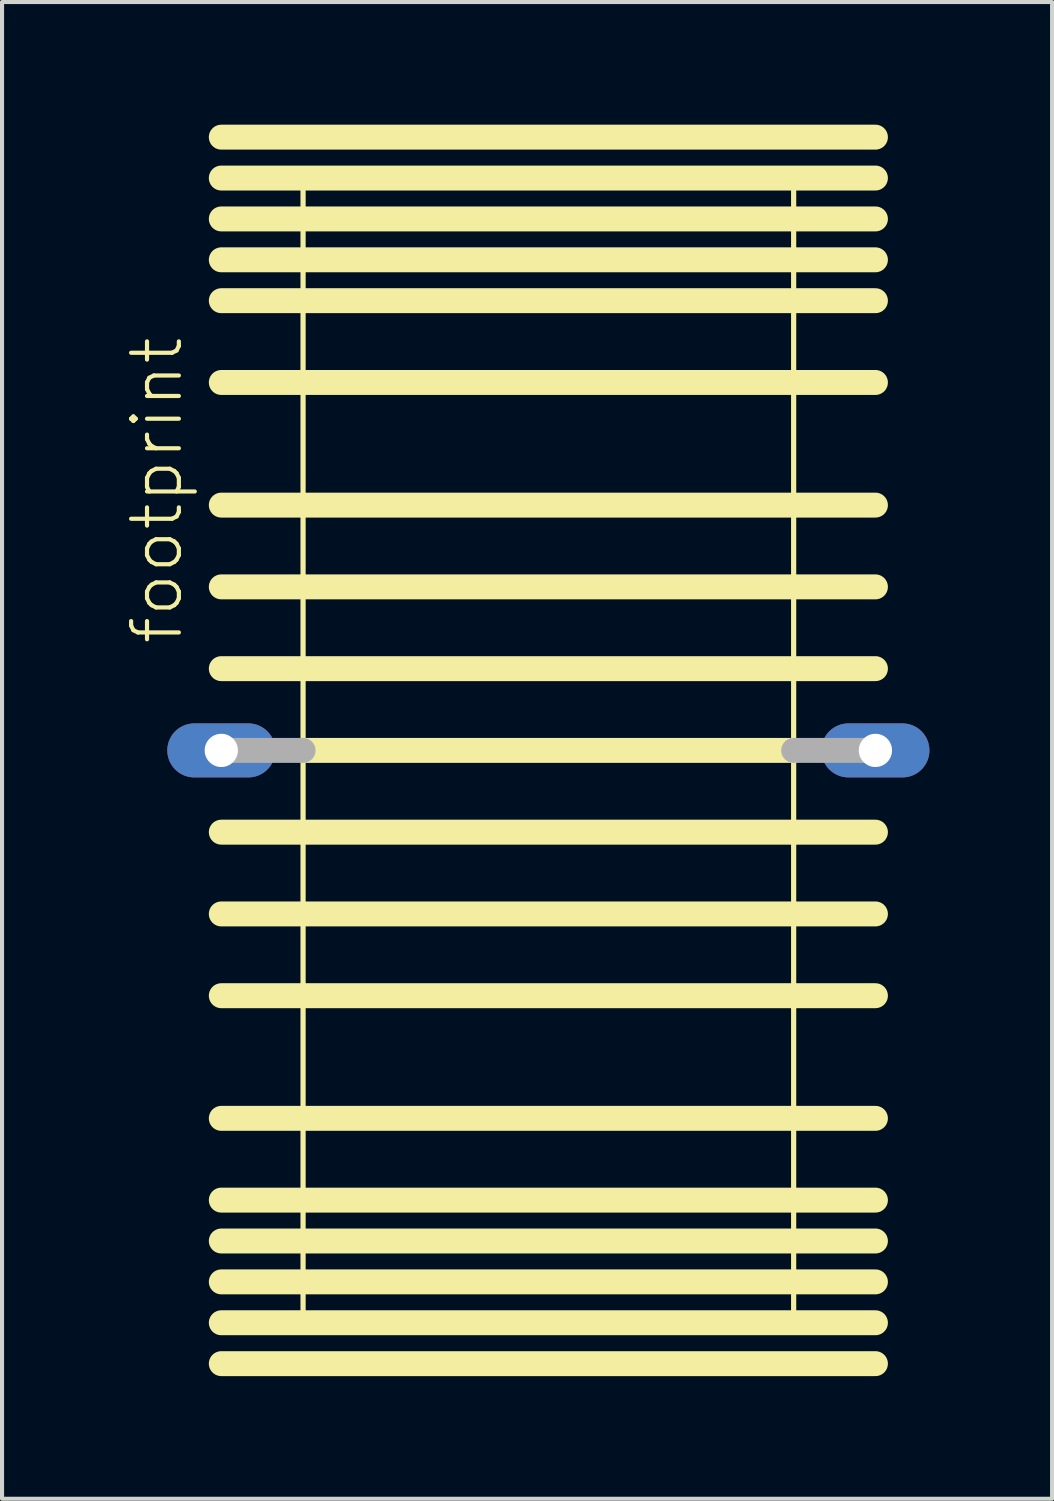
<source format=kicad_pcb>
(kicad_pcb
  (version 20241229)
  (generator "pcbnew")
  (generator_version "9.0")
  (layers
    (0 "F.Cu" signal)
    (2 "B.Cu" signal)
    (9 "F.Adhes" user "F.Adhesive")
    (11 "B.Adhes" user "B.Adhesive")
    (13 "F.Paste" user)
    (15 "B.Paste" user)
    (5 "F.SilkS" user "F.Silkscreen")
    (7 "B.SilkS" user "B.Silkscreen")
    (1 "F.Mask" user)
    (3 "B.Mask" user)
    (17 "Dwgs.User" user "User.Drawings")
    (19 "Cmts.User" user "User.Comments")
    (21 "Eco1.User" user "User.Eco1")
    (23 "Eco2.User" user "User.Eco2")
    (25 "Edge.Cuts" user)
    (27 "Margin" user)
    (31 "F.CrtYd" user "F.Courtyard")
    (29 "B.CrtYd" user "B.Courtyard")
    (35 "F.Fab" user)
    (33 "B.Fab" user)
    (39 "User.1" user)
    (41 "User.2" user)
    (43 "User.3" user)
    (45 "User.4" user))
  (footprint "footprint"
    (layer "F.Cu")
    (at 10.363 15.305)
    (property "Reference" "footprint" (at -8.89 -2.54 90) (layer "F.SilkS") (effects (font (size 1.168 1.168) (thickness 0.102)) (justify left bottom)))
    (fp_line (start -8 -15) (end 8 -15) (stroke (width 0.61) (type solid)) (layer "F.SilkS"))
    (fp_line (start -8 -14) (end 8 -14) (stroke (width 0.61) (type solid)) (layer "F.SilkS"))
    (fp_line (start -8 -13) (end 8 -13) (stroke (width 0.61) (type solid)) (layer "F.SilkS"))
    (fp_line (start -8 -12) (end 8 -12) (stroke (width 0.61) (type solid)) (layer "F.SilkS"))
    (fp_line (start -8 -11) (end 8 -11) (stroke (width 0.61) (type solid)) (layer "F.SilkS"))
    (fp_line (start -8 -9) (end 8 -9) (stroke (width 0.61) (type solid)) (layer "F.SilkS"))
    (fp_line (start -8 -6) (end 8 -6) (stroke (width 0.61) (type solid)) (layer "F.SilkS"))
    (fp_line (start -8 -4) (end 8 -4) (stroke (width 0.61) (type solid)) (layer "F.SilkS"))
    (fp_line (start -8 -2) (end 8 -2) (stroke (width 0.61) (type solid)) (layer "F.SilkS"))
    (fp_line (start -8 2) (end 8 2) (stroke (width 0.61) (type solid)) (layer "F.SilkS"))
    (fp_line (start -8 4) (end 8 4) (stroke (width 0.61) (type solid)) (layer "F.SilkS"))
    (fp_line (start -8 6) (end 8 6) (stroke (width 0.61) (type solid)) (layer "F.SilkS"))
    (fp_line (start -8 9) (end 8 9) (stroke (width 0.61) (type solid)) (layer "F.SilkS"))
    (fp_line (start -8 11) (end 8 11) (stroke (width 0.61) (type solid)) (layer "F.SilkS"))
    (fp_line (start -8 12) (end 8 12) (stroke (width 0.61) (type solid)) (layer "F.SilkS"))
    (fp_line (start -8 13) (end 8 13) (stroke (width 0.61) (type solid)) (layer "F.SilkS"))
    (fp_line (start -8 14) (end 8 14) (stroke (width 0.61) (type solid)) (layer "F.SilkS"))
    (fp_line (start -8 15) (end 8 15) (stroke (width 0.61) (type solid)) (layer "F.SilkS"))
    (fp_line (start -6 -14) (end 6 -14) (stroke (width 0.127) (type solid)) (layer "F.SilkS"))
    (fp_line (start -6 0) (end -6 -14) (stroke (width 0.127) (type solid)) (layer "F.SilkS"))
    (fp_line (start -6 0) (end 6 0) (stroke (width 0.61) (type solid)) (layer "F.SilkS"))
    (fp_line (start -6 14) (end -6 0) (stroke (width 0.127) (type solid)) (layer "F.SilkS"))
    (fp_line (start 6 -14) (end 6 0) (stroke (width 0.127) (type solid)) (layer "F.SilkS"))
    (fp_line (start 6 0) (end 6 14) (stroke (width 0.127) (type solid)) (layer "F.SilkS"))
    (fp_line (start 6 14) (end -6 14) (stroke (width 0.127) (type solid)) (layer "F.SilkS"))
    (fp_line (start -8 0) (end -6 0) (stroke (width 0.61) (type solid)) (layer "F.Fab"))
    (fp_line (start 6 0) (end 8 0) (stroke (width 0.61) (type solid)) (layer "F.Fab"))
    (pad "1" thru_hole oval (at -8 0) (size 2.642 1.321) (drill 0.813) (layers "*.Cu" "*.Mask"))
    (pad "2" thru_hole oval (at 8 0) (size 2.642 1.321) (drill 0.813) (layers "*.Cu" "*.Mask")))
  (gr_rect
    (start -3 -3)
    (end 22.684 33.61)
    (stroke (width 0.1) (type default))
    (fill no)
    (layer "Edge.Cuts")))
</source>
